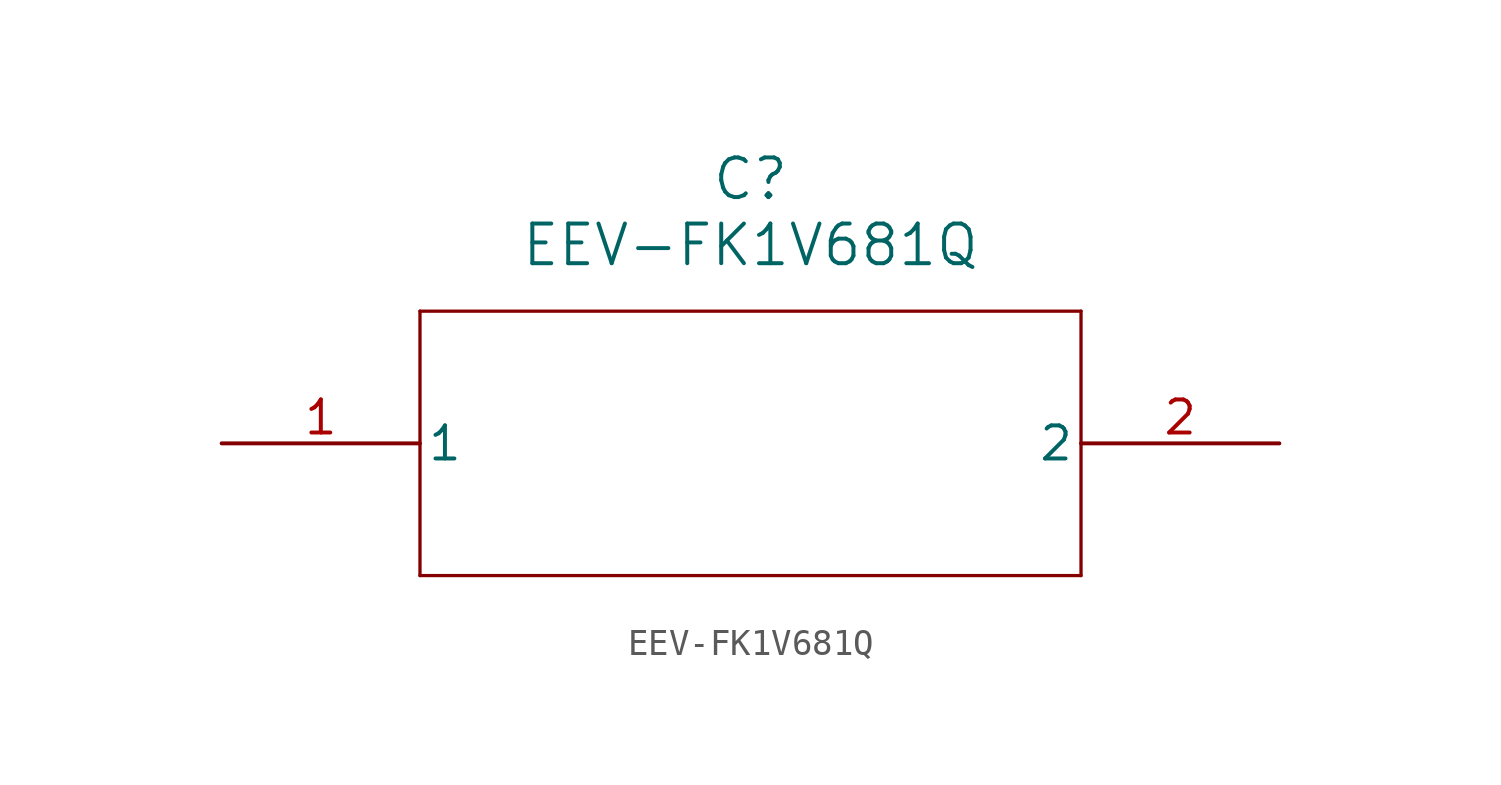
<source format=kicad_sym>
(kicad_symbol_lib
  (version 20211014)
  (generator kicad_symbol_editor)
  (symbol "EEV-FK1V681Q"
    (pin_names
      (offset 0.254))
    (property "Reference" "C"
      (at 20.32 10.16 0)
      (effects (font (size 1.524 1.524))))
    (property "Value" "EEV-FK1V681Q"
      (at 20.32 7.62 0)
      (effects (font (size 1.524 1.524))))
    (symbol "EEV-FK1V681Q_0_1"
      (polyline (pts (xy 7.62 5.08) (xy 7.62 -5.08)) (stroke (width 0.127) (type default) (color 0 0 0 0)) (fill (type none)))
      (polyline (pts (xy 7.62 -5.08) (xy 33.02 -5.08)) (stroke (width 0.127) (type default) (color 0 0 0 0)) (fill (type none)))
      (polyline (pts (xy 33.02 -5.08) (xy 33.02 5.08)) (stroke (width 0.127) (type default) (color 0 0 0 0)) (fill (type none)))
      (polyline (pts (xy 33.02 5.08) (xy 7.62 5.08)) (stroke (width 0.127) (type default) (color 0 0 0 0)) (fill (type none)))
      (pin unspecified line (at 0 0 0) (length 7.62) (name "1" (effects (font (size 1.27 1.27)))) (number "1" (effects (font (size 1.27 1.27)))))
      (pin unspecified line (at 40.64 0 180) (length 7.62) (name "2" (effects (font (size 1.27 1.27)))) (number "2" (effects (font (size 1.27 1.27))))))))
</source>
